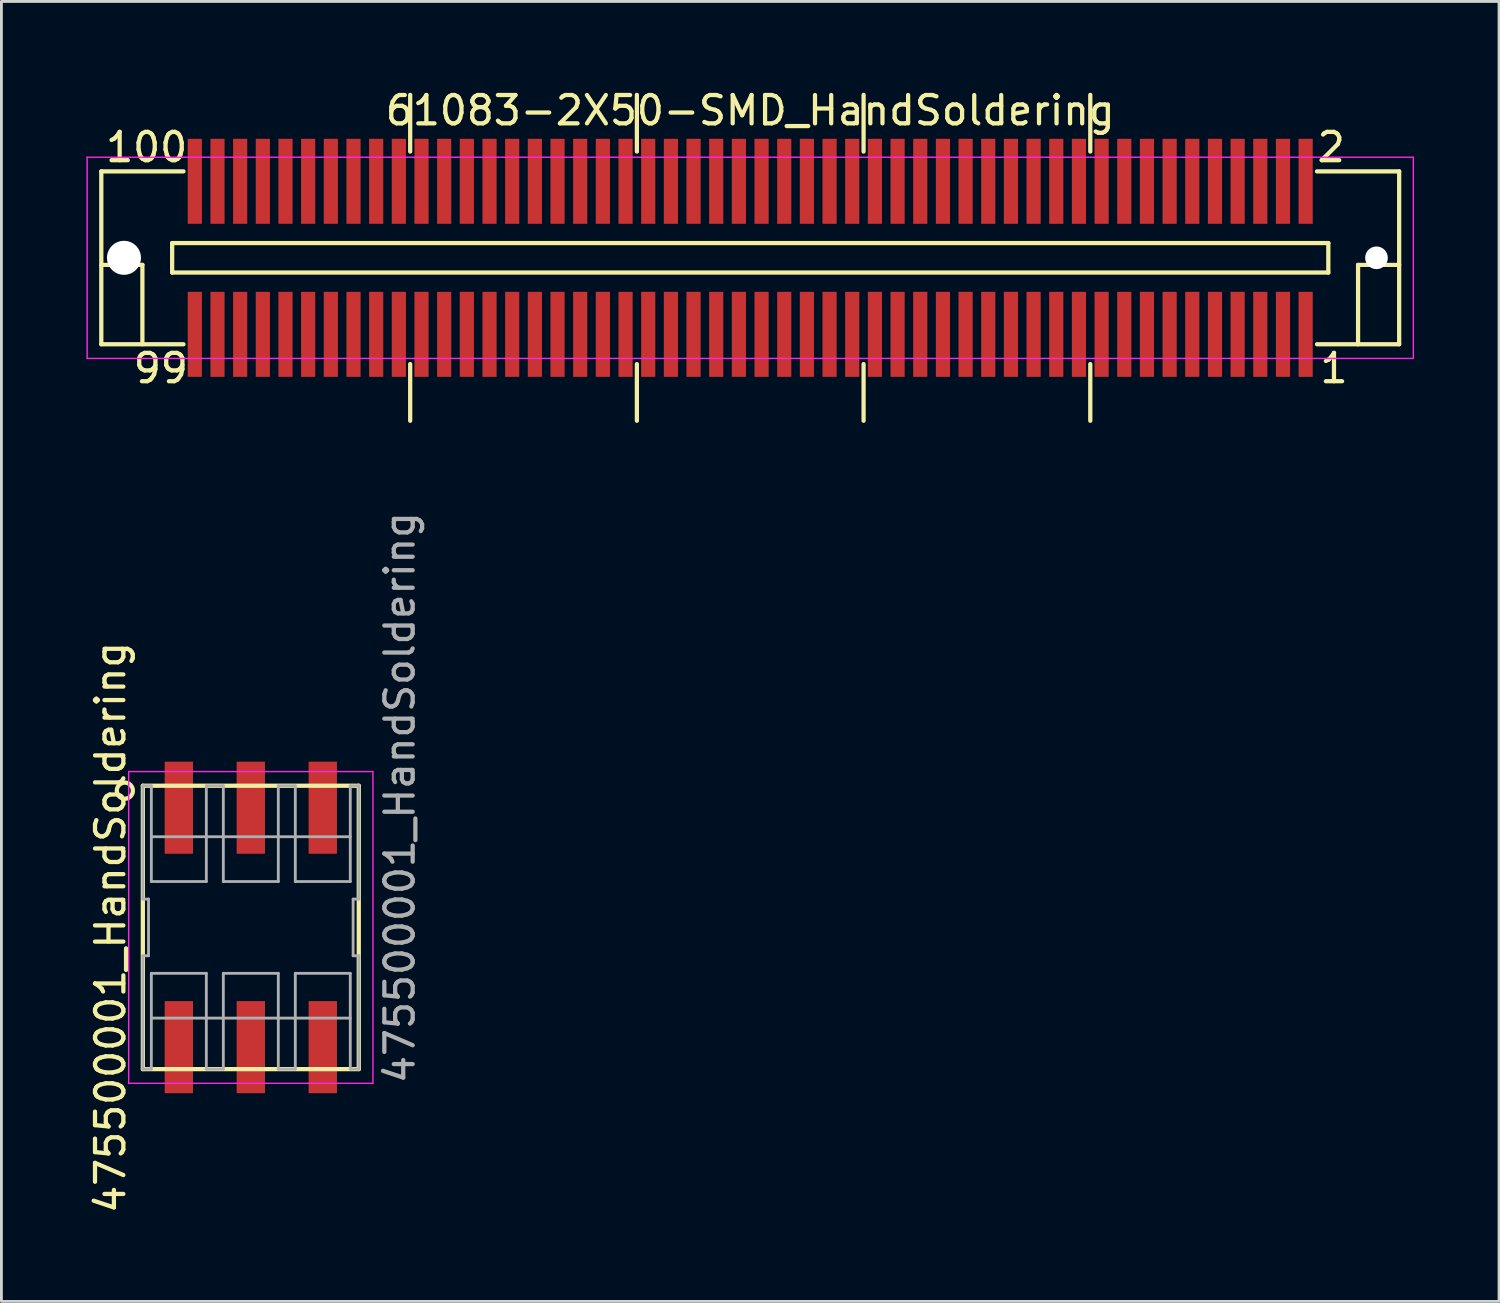
<source format=kicad_pcb>
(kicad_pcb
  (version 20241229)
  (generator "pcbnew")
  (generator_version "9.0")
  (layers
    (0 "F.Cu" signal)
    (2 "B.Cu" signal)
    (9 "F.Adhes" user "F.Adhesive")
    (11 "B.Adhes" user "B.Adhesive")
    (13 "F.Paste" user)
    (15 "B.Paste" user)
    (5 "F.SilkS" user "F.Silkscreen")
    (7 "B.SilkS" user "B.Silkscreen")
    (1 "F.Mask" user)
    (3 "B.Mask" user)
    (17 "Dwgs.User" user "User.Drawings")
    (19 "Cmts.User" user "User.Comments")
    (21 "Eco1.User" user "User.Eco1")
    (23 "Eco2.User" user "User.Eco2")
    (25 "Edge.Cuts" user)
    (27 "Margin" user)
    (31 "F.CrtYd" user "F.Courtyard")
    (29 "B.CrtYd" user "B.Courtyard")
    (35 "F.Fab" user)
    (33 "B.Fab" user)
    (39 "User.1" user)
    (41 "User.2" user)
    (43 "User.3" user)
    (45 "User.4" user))
  (footprint "475500001_HandSoldering"
    (layer "F.Cu")
    (at 5.801 29.678)
    (property "Reference" "475500001_HandSoldering" (at -4.953 0 90) (layer "F.SilkS") (effects (font (size 1 1) (thickness 0.15))))
    (attr smd)
    (fp_line (start -3.81 -5) (end -3.81 5) (stroke (width 0.15) (type solid)) (layer "F.SilkS"))
    (fp_line (start -3.81 5) (end 3.81 5) (stroke (width 0.15) (type solid)) (layer "F.SilkS"))
    (fp_line (start 3.81 -5) (end -3.81 -5) (stroke (width 0.15) (type solid)) (layer "F.SilkS"))
    (fp_line (start 3.81 5) (end 3.81 -5) (stroke (width 0.15) (type solid)) (layer "F.SilkS"))
    (fp_circle (center -4.445 -4.826) (end -4.572 -4.572) (stroke (width 0.15) (type solid)) (fill no) (layer "F.SilkS"))
    (fp_line (start -4.31 -5.5) (end -4.31 5.5) (stroke (width 0.05) (type solid)) (layer "F.CrtYd"))
    (fp_line (start -4.31 5.5) (end 4.31 5.5) (stroke (width 0.05) (type solid)) (layer "F.CrtYd"))
    (fp_line (start 4.31 -5.5) (end -4.31 -5.5) (stroke (width 0.05) (type solid)) (layer "F.CrtYd"))
    (fp_line (start 4.31 5.5) (end 4.31 -5.5) (stroke (width 0.05) (type solid)) (layer "F.CrtYd"))
    (fp_line (start -3.81 -5) (end -3.51 -5) (stroke (width 0.1) (type default)) (layer "F.Fab"))
    (fp_line (start -3.81 -1) (end -3.81 -5) (stroke (width 0.1) (type default)) (layer "F.Fab"))
    (fp_line (start -3.81 -1) (end -3.61 -1) (stroke (width 0.1) (type default)) (layer "F.Fab"))
    (fp_line (start -3.81 5) (end -3.81 1) (stroke (width 0.1) (type default)) (layer "F.Fab"))
    (fp_line (start -3.61 -1) (end -3.61 1) (stroke (width 0.1) (type default)) (layer "F.Fab"))
    (fp_line (start -3.61 1) (end -3.81 1) (stroke (width 0.1) (type default)) (layer "F.Fab"))
    (fp_line (start -3.51 -5) (end -3.51 -1.62) (stroke (width 0.1) (type default)) (layer "F.Fab"))
    (fp_line (start -3.51 -3.2) (end -1.57 -3.2) (stroke (width 0.1) (type default)) (layer "F.Fab"))
    (fp_line (start -3.51 -1.62) (end -1.57 -1.62) (stroke (width 0.1) (type default)) (layer "F.Fab"))
    (fp_line (start -3.51 1.62) (end -1.57 1.62) (stroke (width 0.1) (type default)) (layer "F.Fab"))
    (fp_line (start -3.51 5) (end -3.81 5) (stroke (width 0.1) (type default)) (layer "F.Fab"))
    (fp_line (start -3.51 5) (end -3.51 1.62) (stroke (width 0.1) (type default)) (layer "F.Fab"))
    (fp_line (start -1.57 -5) (end -0.97 -5) (stroke (width 0.1) (type default)) (layer "F.Fab"))
    (fp_line (start -1.57 -1.62) (end -1.57 -5) (stroke (width 0.1) (type default)) (layer "F.Fab"))
    (fp_line (start -1.57 1.62) (end -1.57 5) (stroke (width 0.1) (type default)) (layer "F.Fab"))
    (fp_line (start -1.57 3.2) (end -3.51 3.2) (stroke (width 0.1) (type default)) (layer "F.Fab"))
    (fp_line (start -0.97 -5) (end -0.97 -1.62) (stroke (width 0.1) (type default)) (layer "F.Fab"))
    (fp_line (start -0.97 -3.2) (end -1.57 -3.2) (stroke (width 0.1) (type default)) (layer "F.Fab"))
    (fp_line (start -0.97 -3.2) (end 0.97 -3.2) (stroke (width 0.1) (type default)) (layer "F.Fab"))
    (fp_line (start -0.97 -1.62) (end 0.97 -1.62) (stroke (width 0.1) (type default)) (layer "F.Fab"))
    (fp_line (start -0.97 1.62) (end 0.97 1.62) (stroke (width 0.1) (type default)) (layer "F.Fab"))
    (fp_line (start -0.97 3.2) (end -1.57 3.2) (stroke (width 0.1) (type default)) (layer "F.Fab"))
    (fp_line (start -0.97 5) (end -1.57 5) (stroke (width 0.1) (type default)) (layer "F.Fab"))
    (fp_line (start -0.97 5) (end -0.97 1.62) (stroke (width 0.1) (type default)) (layer "F.Fab"))
    (fp_line (start 0.97 -5) (end 1.57 -5) (stroke (width 0.1) (type default)) (layer "F.Fab"))
    (fp_line (start 0.97 -1.62) (end 0.97 -5) (stroke (width 0.1) (type default)) (layer "F.Fab"))
    (fp_line (start 0.97 1.62) (end 0.97 5) (stroke (width 0.1) (type default)) (layer "F.Fab"))
    (fp_line (start 0.97 3.2) (end -0.97 3.2) (stroke (width 0.1) (type default)) (layer "F.Fab"))
    (fp_line (start 1.57 -5) (end 1.57 -1.62) (stroke (width 0.1) (type default)) (layer "F.Fab"))
    (fp_line (start 1.57 -3.2) (end 0.97 -3.2) (stroke (width 0.1) (type default)) (layer "F.Fab"))
    (fp_line (start 1.57 -3.2) (end 3.51 -3.2) (stroke (width 0.1) (type default)) (layer "F.Fab"))
    (fp_line (start 1.57 -1.62) (end 3.51 -1.62) (stroke (width 0.1) (type default)) (layer "F.Fab"))
    (fp_line (start 1.57 1.62) (end 3.51 1.62) (stroke (width 0.1) (type default)) (layer "F.Fab"))
    (fp_line (start 1.57 3.2) (end 0.97 3.2) (stroke (width 0.1) (type default)) (layer "F.Fab"))
    (fp_line (start 1.57 5) (end 0.97 5) (stroke (width 0.1) (type default)) (layer "F.Fab"))
    (fp_line (start 1.57 5) (end 1.57 1.62) (stroke (width 0.1) (type default)) (layer "F.Fab"))
    (fp_line (start 3.51 -5) (end 3.81 -5) (stroke (width 0.1) (type default)) (layer "F.Fab"))
    (fp_line (start 3.51 -1.62) (end 3.51 -5) (stroke (width 0.1) (type default)) (layer "F.Fab"))
    (fp_line (start 3.51 1.62) (end 3.51 5) (stroke (width 0.1) (type default)) (layer "F.Fab"))
    (fp_line (start 3.51 3.2) (end 1.57 3.2) (stroke (width 0.1) (type default)) (layer "F.Fab"))
    (fp_line (start 3.61 -1) (end 3.61 1) (stroke (width 0.1) (type default)) (layer "F.Fab"))
    (fp_line (start 3.61 1) (end 3.81 1) (stroke (width 0.1) (type default)) (layer "F.Fab"))
    (fp_line (start 3.81 -5) (end 3.81 -1) (stroke (width 0.1) (type default)) (layer "F.Fab"))
    (fp_line (start 3.81 -1) (end 3.61 -1) (stroke (width 0.1) (type default)) (layer "F.Fab"))
    (fp_line (start 3.81 1) (end 3.81 5) (stroke (width 0.1) (type default)) (layer "F.Fab"))
    (fp_line (start 3.81 5) (end 3.51 5) (stroke (width 0.1) (type default)) (layer "F.Fab"))
    (fp_text user "${REFERENCE}" (at 5.842 5.588 90) (unlocked yes) (layer "F.Fab") (effects (font (size 1 1) (thickness 0.15)) (justify left bottom)))
    (pad "1" smd rect (at -2.54 -4.225) (size 1 3.25) (layers "F.Cu" "F.Mask" "F.Paste"))
    (pad "2" smd rect (at 0 -4.225) (size 1 3.25) (layers "F.Cu" "F.Mask" "F.Paste"))
    (pad "3" smd rect (at 2.54 -4.225) (size 1 3.25) (layers "F.Cu" "F.Mask" "F.Paste"))
    (pad "5" smd rect (at -2.54 4.225) (size 1 3.25) (layers "F.Cu" "F.Mask" "F.Paste"))
    (pad "6" smd rect (at 0 4.225) (size 1 3.25) (layers "F.Cu" "F.Mask" "F.Paste"))
    (pad "7" smd rect (at 2.54 4.225) (size 1 3.25) (layers "F.Cu" "F.Mask" "F.Paste")))
  (footprint "61083-2X50-SMD_HandSoldering"
    (layer "F.Cu")
    (at 23.425 6.048)
    (property "Reference" "61083-2X50-SMD_HandSoldering" (at 0 -5.2 180) (layer "F.SilkS") (effects (font (size 1 1) (thickness 0.15))))
    (attr smd)
    (fp_line (start -22.9 -3.05) (end -20 -3.05) (stroke (width 0.15) (type solid)) (layer "F.SilkS"))
    (fp_line (start -22.9 0.25) (end -21.45 0.25) (stroke (width 0.15) (type solid)) (layer "F.SilkS"))
    (fp_line (start -22.9 3.05) (end -22.9 -3.05) (stroke (width 0.15) (type solid)) (layer "F.SilkS"))
    (fp_line (start -22.9 3.05) (end -20 3.05) (stroke (width 0.15) (type solid)) (layer "F.SilkS"))
    (fp_line (start -21.45 0.25) (end -21.45 3.05) (stroke (width 0.15) (type solid)) (layer "F.SilkS"))
    (fp_line (start -20.4 -0.52) (end -20.4 0.52) (stroke (width 0.15) (type solid)) (layer "F.SilkS"))
    (fp_line (start -20.4 0.52) (end 20.4 0.52) (stroke (width 0.15) (type solid)) (layer "F.SilkS"))
    (fp_line (start -12 -5.75) (end -12 -3.75) (stroke (width 0.15) (type solid)) (layer "F.SilkS"))
    (fp_line (start -12 3.75) (end -12 5.75) (stroke (width 0.15) (type solid)) (layer "F.SilkS"))
    (fp_line (start -4 -5.75) (end -4 -3.75) (stroke (width 0.15) (type solid)) (layer "F.SilkS"))
    (fp_line (start -4 3.75) (end -4 5.75) (stroke (width 0.15) (type solid)) (layer "F.SilkS"))
    (fp_line (start 4 -5.75) (end 4 -3.75) (stroke (width 0.15) (type solid)) (layer "F.SilkS"))
    (fp_line (start 4 3.75) (end 4 5.75) (stroke (width 0.15) (type solid)) (layer "F.SilkS"))
    (fp_line (start 12 -5.75) (end 12 -3.75) (stroke (width 0.15) (type solid)) (layer "F.SilkS"))
    (fp_line (start 12 3.75) (end 12 5.75) (stroke (width 0.15) (type solid)) (layer "F.SilkS"))
    (fp_line (start 20 -3.05) (end 22.9 -3.05) (stroke (width 0.15) (type solid)) (layer "F.SilkS"))
    (fp_line (start 20.4 -0.52) (end -20.4 -0.52) (stroke (width 0.15) (type solid)) (layer "F.SilkS"))
    (fp_line (start 20.4 0.52) (end 20.4 -0.52) (stroke (width 0.15) (type solid)) (layer "F.SilkS"))
    (fp_line (start 21.45 0.25) (end 21.45 3.05) (stroke (width 0.15) (type solid)) (layer "F.SilkS"))
    (fp_line (start 22.9 -3.05) (end 22.9 3.05) (stroke (width 0.15) (type solid)) (layer "F.SilkS"))
    (fp_line (start 22.9 0.25) (end 21.45 0.25) (stroke (width 0.15) (type solid)) (layer "F.SilkS"))
    (fp_line (start 22.9 3.05) (end 20 3.05) (stroke (width 0.15) (type solid)) (layer "F.SilkS"))
    (fp_line (start -23.4 -3.55) (end -23.4 3.55) (stroke (width 0.05) (type solid)) (layer "F.CrtYd"))
    (fp_line (start -23.4 3.55) (end 23.4 3.55) (stroke (width 0.05) (type solid)) (layer "F.CrtYd"))
    (fp_line (start 23.4 -3.55) (end -23.4 -3.55) (stroke (width 0.05) (type solid)) (layer "F.CrtYd"))
    (fp_line (start 23.4 3.55) (end 23.4 -3.55) (stroke (width 0.05) (type solid)) (layer "F.CrtYd"))
    (fp_text user "99" (at -20.8 3.9 0) (layer "F.SilkS") (effects (font (size 1 1) (thickness 0.15))))
    (fp_text user "100" (at -21.3 -3.9 0) (layer "F.SilkS") (effects (font (size 1 1) (thickness 0.15))))
    (fp_text user "1" (at 20.6 3.9 0) (layer "F.SilkS") (effects (font (size 1 1) (thickness 0.15))))
    (fp_text user "2" (at 20.5 -3.9 0) (layer "F.SilkS") (effects (font (size 1 1) (thickness 0.15))))
    (pad "" np_thru_hole circle (at -22.1 0) (size 1.2 1.2) (drill 1.2) (layers "*.Cu" "*.Mask"))
    (pad "" np_thru_hole circle (at 22.1 0) (size 0.8 0.8) (drill 0.8) (layers "*.Cu" "*.Mask"))
    (pad "1" smd rect (at 19.6 2.7) (size 0.5 3) (layers "F.Cu" "F.Mask" "F.Paste"))
    (pad "2" smd rect (at 19.6 -2.7) (size 0.5 3) (layers "F.Cu" "F.Mask" "F.Paste"))
    (pad "3" smd rect (at 18.8 2.7) (size 0.5 3) (layers "F.Cu" "F.Mask" "F.Paste"))
    (pad "4" smd rect (at 18.8 -2.7) (size 0.5 3) (layers "F.Cu" "F.Mask" "F.Paste"))
    (pad "5" smd rect (at 18 2.7) (size 0.5 3) (layers "F.Cu" "F.Mask" "F.Paste"))
    (pad "6" smd rect (at 18 -2.7) (size 0.5 3) (layers "F.Cu" "F.Mask" "F.Paste"))
    (pad "7" smd rect (at 17.2 2.7) (size 0.5 3) (layers "F.Cu" "F.Mask" "F.Paste"))
    (pad "8" smd rect (at 17.2 -2.7) (size 0.5 3) (layers "F.Cu" "F.Mask" "F.Paste"))
    (pad "9" smd rect (at 16.4 2.7) (size 0.5 3) (layers "F.Cu" "F.Mask" "F.Paste"))
    (pad "10" smd rect (at 16.4 -2.7) (size 0.5 3) (layers "F.Cu" "F.Mask" "F.Paste"))
    (pad "11" smd rect (at 15.6 2.7) (size 0.5 3) (layers "F.Cu" "F.Mask" "F.Paste"))
    (pad "12" smd rect (at 15.6 -2.7) (size 0.5 3) (layers "F.Cu" "F.Mask" "F.Paste"))
    (pad "13" smd rect (at 14.8 2.7) (size 0.5 3) (layers "F.Cu" "F.Mask" "F.Paste"))
    (pad "14" smd rect (at 14.8 -2.7) (size 0.5 3) (layers "F.Cu" "F.Mask" "F.Paste"))
    (pad "15" smd rect (at 14 2.7) (size 0.5 3) (layers "F.Cu" "F.Mask" "F.Paste"))
    (pad "16" smd rect (at 14 -2.7) (size 0.5 3) (layers "F.Cu" "F.Mask" "F.Paste"))
    (pad "17" smd rect (at 13.2 2.7) (size 0.5 3) (layers "F.Cu" "F.Mask" "F.Paste"))
    (pad "18" smd rect (at 13.2 -2.7) (size 0.5 3) (layers "F.Cu" "F.Mask" "F.Paste"))
    (pad "19" smd rect (at 12.4 2.7) (size 0.5 3) (layers "F.Cu" "F.Mask" "F.Paste"))
    (pad "20" smd rect (at 12.4 -2.7) (size 0.5 3) (layers "F.Cu" "F.Mask" "F.Paste"))
    (pad "21" smd rect (at 11.6 2.7) (size 0.5 3) (layers "F.Cu" "F.Mask" "F.Paste"))
    (pad "22" smd rect (at 11.6 -2.7) (size 0.5 3) (layers "F.Cu" "F.Mask" "F.Paste"))
    (pad "23" smd rect (at 10.8 2.7) (size 0.5 3) (layers "F.Cu" "F.Mask" "F.Paste"))
    (pad "24" smd rect (at 10.8 -2.7) (size 0.5 3) (layers "F.Cu" "F.Mask" "F.Paste"))
    (pad "25" smd rect (at 10 2.7) (size 0.5 3) (layers "F.Cu" "F.Mask" "F.Paste"))
    (pad "26" smd rect (at 10 -2.7) (size 0.5 3) (layers "F.Cu" "F.Mask" "F.Paste"))
    (pad "27" smd rect (at 9.2 2.7) (size 0.5 3) (layers "F.Cu" "F.Mask" "F.Paste"))
    (pad "28" smd rect (at 9.2 -2.7) (size 0.5 3) (layers "F.Cu" "F.Mask" "F.Paste"))
    (pad "29" smd rect (at 8.4 2.7) (size 0.5 3) (layers "F.Cu" "F.Mask" "F.Paste"))
    (pad "30" smd rect (at 8.4 -2.7) (size 0.5 3) (layers "F.Cu" "F.Mask" "F.Paste"))
    (pad "31" smd rect (at 7.6 2.7) (size 0.5 3) (layers "F.Cu" "F.Mask" "F.Paste"))
    (pad "32" smd rect (at 7.6 -2.7) (size 0.5 3) (layers "F.Cu" "F.Mask" "F.Paste"))
    (pad "33" smd rect (at 6.8 2.7) (size 0.5 3) (layers "F.Cu" "F.Mask" "F.Paste"))
    (pad "34" smd rect (at 6.8 -2.7) (size 0.5 3) (layers "F.Cu" "F.Mask" "F.Paste"))
    (pad "35" smd rect (at 6 2.7) (size 0.5 3) (layers "F.Cu" "F.Mask" "F.Paste"))
    (pad "36" smd rect (at 6 -2.7) (size 0.5 3) (layers "F.Cu" "F.Mask" "F.Paste"))
    (pad "37" smd rect (at 5.2 2.7) (size 0.5 3) (layers "F.Cu" "F.Mask" "F.Paste"))
    (pad "38" smd rect (at 5.2 -2.7) (size 0.5 3) (layers "F.Cu" "F.Mask" "F.Paste"))
    (pad "39" smd rect (at 4.4 2.7) (size 0.5 3) (layers "F.Cu" "F.Mask" "F.Paste"))
    (pad "40" smd rect (at 4.4 -2.7) (size 0.5 3) (layers "F.Cu" "F.Mask" "F.Paste"))
    (pad "41" smd rect (at 3.6 2.7) (size 0.5 3) (layers "F.Cu" "F.Mask" "F.Paste"))
    (pad "42" smd rect (at 3.6 -2.7) (size 0.5 3) (layers "F.Cu" "F.Mask" "F.Paste"))
    (pad "43" smd rect (at 2.8 2.7) (size 0.5 3) (layers "F.Cu" "F.Mask" "F.Paste"))
    (pad "44" smd rect (at 2.8 -2.7) (size 0.5 3) (layers "F.Cu" "F.Mask" "F.Paste"))
    (pad "45" smd rect (at 2 2.7) (size 0.5 3) (layers "F.Cu" "F.Mask" "F.Paste"))
    (pad "46" smd rect (at 2 -2.7) (size 0.5 3) (layers "F.Cu" "F.Mask" "F.Paste"))
    (pad "47" smd rect (at 1.2 2.7) (size 0.5 3) (layers "F.Cu" "F.Mask" "F.Paste"))
    (pad "48" smd rect (at 1.2 -2.7) (size 0.5 3) (layers "F.Cu" "F.Mask" "F.Paste"))
    (pad "49" smd rect (at 0.4 2.7) (size 0.5 3) (layers "F.Cu" "F.Mask" "F.Paste"))
    (pad "50" smd rect (at 0.4 -2.7) (size 0.5 3) (layers "F.Cu" "F.Mask" "F.Paste"))
    (pad "51" smd rect (at -0.4 2.7) (size 0.5 3) (layers "F.Cu" "F.Mask" "F.Paste"))
    (pad "52" smd rect (at -0.4 -2.7) (size 0.5 3) (layers "F.Cu" "F.Mask" "F.Paste"))
    (pad "53" smd rect (at -1.2 2.7) (size 0.5 3) (layers "F.Cu" "F.Mask" "F.Paste"))
    (pad "54" smd rect (at -1.2 -2.7) (size 0.5 3) (layers "F.Cu" "F.Mask" "F.Paste"))
    (pad "55" smd rect (at -2 2.7) (size 0.5 3) (layers "F.Cu" "F.Mask" "F.Paste"))
    (pad "56" smd rect (at -2 -2.7) (size 0.5 3) (layers "F.Cu" "F.Mask" "F.Paste"))
    (pad "57" smd rect (at -2.8 2.7) (size 0.5 3) (layers "F.Cu" "F.Mask" "F.Paste"))
    (pad "58" smd rect (at -2.8 -2.7) (size 0.5 3) (layers "F.Cu" "F.Mask" "F.Paste"))
    (pad "59" smd rect (at -3.6 2.7) (size 0.5 3) (layers "F.Cu" "F.Mask" "F.Paste"))
    (pad "60" smd rect (at -3.6 -2.7) (size 0.5 3) (layers "F.Cu" "F.Mask" "F.Paste"))
    (pad "61" smd rect (at -4.4 2.7) (size 0.5 3) (layers "F.Cu" "F.Mask" "F.Paste"))
    (pad "62" smd rect (at -4.4 -2.7) (size 0.5 3) (layers "F.Cu" "F.Mask" "F.Paste"))
    (pad "63" smd rect (at -5.2 2.7) (size 0.5 3) (layers "F.Cu" "F.Mask" "F.Paste"))
    (pad "64" smd rect (at -5.2 -2.7) (size 0.5 3) (layers "F.Cu" "F.Mask" "F.Paste"))
    (pad "65" smd rect (at -6 2.7) (size 0.5 3) (layers "F.Cu" "F.Mask" "F.Paste"))
    (pad "66" smd rect (at -6 -2.7) (size 0.5 3) (layers "F.Cu" "F.Mask" "F.Paste"))
    (pad "67" smd rect (at -6.8 2.7) (size 0.5 3) (layers "F.Cu" "F.Mask" "F.Paste"))
    (pad "68" smd rect (at -6.8 -2.7) (size 0.5 3) (layers "F.Cu" "F.Mask" "F.Paste"))
    (pad "69" smd rect (at -7.6 2.7) (size 0.5 3) (layers "F.Cu" "F.Mask" "F.Paste"))
    (pad "70" smd rect (at -7.6 -2.7) (size 0.5 3) (layers "F.Cu" "F.Mask" "F.Paste"))
    (pad "71" smd rect (at -8.4 2.7) (size 0.5 3) (layers "F.Cu" "F.Mask" "F.Paste"))
    (pad "72" smd rect (at -8.4 -2.7) (size 0.5 3) (layers "F.Cu" "F.Mask" "F.Paste"))
    (pad "73" smd rect (at -9.2 2.7) (size 0.5 3) (layers "F.Cu" "F.Mask" "F.Paste"))
    (pad "74" smd rect (at -9.2 -2.7) (size 0.5 3) (layers "F.Cu" "F.Mask" "F.Paste"))
    (pad "75" smd rect (at -10 2.7) (size 0.5 3) (layers "F.Cu" "F.Mask" "F.Paste"))
    (pad "76" smd rect (at -10 -2.7) (size 0.5 3) (layers "F.Cu" "F.Mask" "F.Paste"))
    (pad "77" smd rect (at -10.8 2.7) (size 0.5 3) (layers "F.Cu" "F.Mask" "F.Paste"))
    (pad "78" smd rect (at -10.8 -2.7) (size 0.5 3) (layers "F.Cu" "F.Mask" "F.Paste"))
    (pad "79" smd rect (at -11.6 2.7) (size 0.5 3) (layers "F.Cu" "F.Mask" "F.Paste"))
    (pad "80" smd rect (at -11.6 -2.7) (size 0.5 3) (layers "F.Cu" "F.Mask" "F.Paste"))
    (pad "81" smd rect (at -12.4 2.7) (size 0.5 3) (layers "F.Cu" "F.Mask" "F.Paste"))
    (pad "82" smd rect (at -12.4 -2.7) (size 0.5 3) (layers "F.Cu" "F.Mask" "F.Paste"))
    (pad "83" smd rect (at -13.2 2.7) (size 0.5 3) (layers "F.Cu" "F.Mask" "F.Paste"))
    (pad "84" smd rect (at -13.2 -2.7) (size 0.5 3) (layers "F.Cu" "F.Mask" "F.Paste"))
    (pad "85" smd rect (at -14 2.7) (size 0.5 3) (layers "F.Cu" "F.Mask" "F.Paste"))
    (pad "86" smd rect (at -14 -2.7) (size 0.5 3) (layers "F.Cu" "F.Mask" "F.Paste"))
    (pad "87" smd rect (at -14.8 2.7) (size 0.5 3) (layers "F.Cu" "F.Mask" "F.Paste"))
    (pad "88" smd rect (at -14.8 -2.7) (size 0.5 3) (layers "F.Cu" "F.Mask" "F.Paste"))
    (pad "89" smd rect (at -15.6 2.7) (size 0.5 3) (layers "F.Cu" "F.Mask" "F.Paste"))
    (pad "90" smd rect (at -15.6 -2.7) (size 0.5 3) (layers "F.Cu" "F.Mask" "F.Paste"))
    (pad "91" smd rect (at -16.4 2.7) (size 0.5 3) (layers "F.Cu" "F.Mask" "F.Paste"))
    (pad "92" smd rect (at -16.4 -2.7) (size 0.5 3) (layers "F.Cu" "F.Mask" "F.Paste"))
    (pad "93" smd rect (at -17.2 2.7) (size 0.5 3) (layers "F.Cu" "F.Mask" "F.Paste"))
    (pad "94" smd rect (at -17.2 -2.7) (size 0.5 3) (layers "F.Cu" "F.Mask" "F.Paste"))
    (pad "95" smd rect (at -18 2.7) (size 0.5 3) (layers "F.Cu" "F.Mask" "F.Paste"))
    (pad "96" smd rect (at -18 -2.7) (size 0.5 3) (layers "F.Cu" "F.Mask" "F.Paste"))
    (pad "97" smd rect (at -18.8 2.7) (size 0.5 3) (layers "F.Cu" "F.Mask" "F.Paste"))
    (pad "98" smd rect (at -18.8 -2.7) (size 0.5 3) (layers "F.Cu" "F.Mask" "F.Paste"))
    (pad "99" smd rect (at -19.6 2.7) (size 0.5 3) (layers "F.Cu" "F.Mask" "F.Paste"))
    (pad "100" smd rect (at -19.6 -2.7) (size 0.5 3) (layers "F.Cu" "F.Mask" "F.Paste")))
  (gr_rect
    (start -3 -3)
    (end 49.85 42.875)
    (stroke (width 0.1) (type default))
    (fill no)
    (layer "Edge.Cuts")))
</source>
